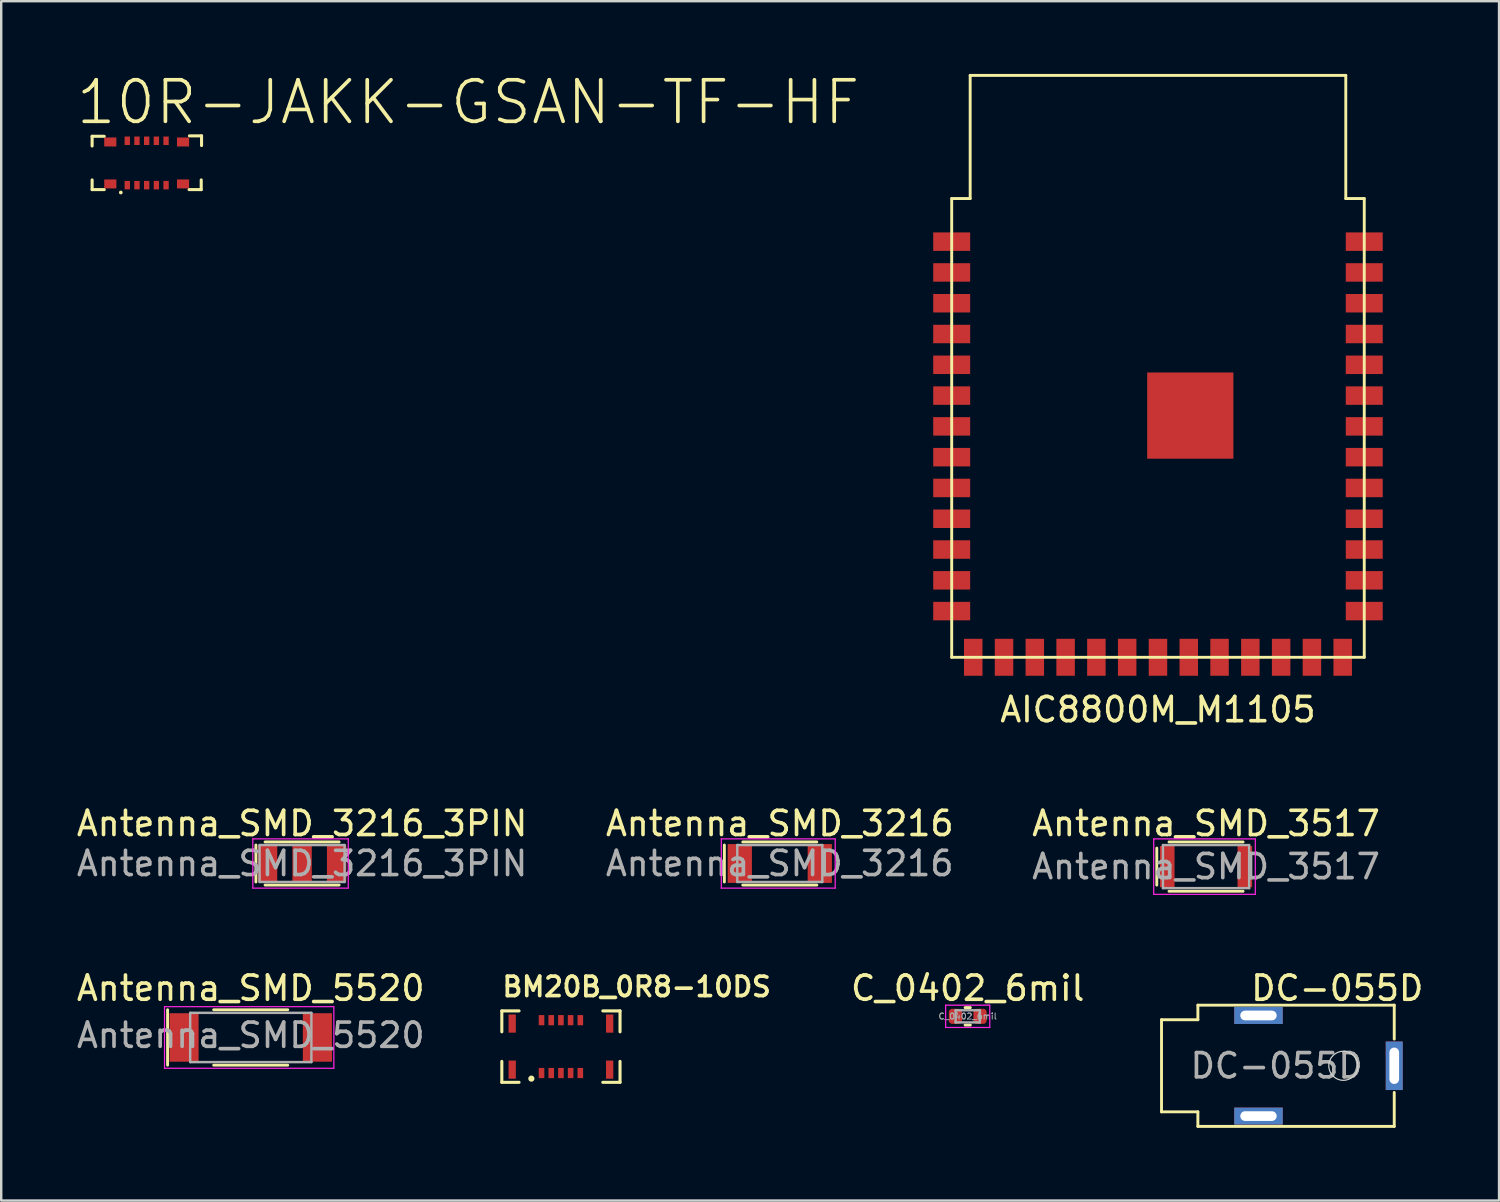
<source format=kicad_pcb>
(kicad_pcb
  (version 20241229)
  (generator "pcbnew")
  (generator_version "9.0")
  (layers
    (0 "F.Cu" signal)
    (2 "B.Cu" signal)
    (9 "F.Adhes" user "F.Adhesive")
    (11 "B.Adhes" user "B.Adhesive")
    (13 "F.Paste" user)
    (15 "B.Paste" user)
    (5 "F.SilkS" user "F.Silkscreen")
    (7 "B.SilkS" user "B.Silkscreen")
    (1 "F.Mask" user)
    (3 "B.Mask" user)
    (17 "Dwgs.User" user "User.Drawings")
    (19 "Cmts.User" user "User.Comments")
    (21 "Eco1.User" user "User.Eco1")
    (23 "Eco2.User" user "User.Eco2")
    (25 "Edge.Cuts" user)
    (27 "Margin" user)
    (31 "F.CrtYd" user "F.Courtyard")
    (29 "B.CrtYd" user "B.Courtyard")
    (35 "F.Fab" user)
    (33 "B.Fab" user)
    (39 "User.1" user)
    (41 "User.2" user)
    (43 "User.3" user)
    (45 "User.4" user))
  (footprint "DC-055D"
    (layer "F.Cu")
    (at 46.362 40.913)
    (property "Reference" "DC-055D" (at 5.75 -3.2 0) (unlocked yes) (layer "F.SilkS") (effects (font (size 1 1) (thickness 0.15))))
    (attr through_hole)
    (fp_line (start -1.5 1.9) (end -1.5 -1.9) (stroke (width 0.12) (type default)) (layer "F.SilkS"))
    (fp_line (start 0 -2.5) (end 0 -1.9) (stroke (width 0.12) (type default)) (layer "F.SilkS"))
    (fp_line (start 0 -2.5) (end 8.1 -2.5) (stroke (width 0.12) (type default)) (layer "F.SilkS"))
    (fp_line (start 0 -1.9) (end -1.5 -1.9) (stroke (width 0.12) (type default)) (layer "F.SilkS"))
    (fp_line (start 0 1.9) (end -1.5 1.9) (stroke (width 0.12) (type default)) (layer "F.SilkS"))
    (fp_line (start 0 2.5) (end 0 1.9) (stroke (width 0.12) (type default)) (layer "F.SilkS"))
    (fp_line (start 0 2.5) (end 8.1 2.5) (stroke (width 0.12) (type default)) (layer "F.SilkS"))
    (fp_line (start 8.1 -2.5) (end 8.1 -1.1) (stroke (width 0.12) (type default)) (layer "F.SilkS"))
    (fp_line (start 8.1 2.5) (end 8.1 1.1) (stroke (width 0.12) (type default)) (layer "F.SilkS"))
    (fp_circle (center 6 0) (end 6 -0.6) (stroke (width 0.05) (type solid)) (fill no) (layer "Edge.Cuts"))
    (fp_text user "${REFERENCE}" (at 3.25 0 0) (unlocked yes) (layer "F.Fab") (effects (font (size 1 1) (thickness 0.15))))
    (pad "1" thru_hole rect (at 8.1 0 90) (size 2 0.7) (drill oval 1.5 0.4) (layers "*.Cu" "*.Mask"))
    (pad "2" thru_hole rect (at 2.5 -2.075) (size 2 0.7) (drill oval 1.5 0.4) (layers "*.Cu" "*.Mask"))
    (pad "3" thru_hole rect (at 2.5 2.075) (size 2 0.7) (drill oval 1.5 0.4) (layers "*.Cu" "*.Mask")))
  (footprint "Antenna_SMD_5520"
    (layer "F.Cu")
    (at 7.292 39.745)
    (property "Reference" "Antenna_SMD_5520" (at 0 -2.032 0) (unlocked yes) (layer "F.SilkS") (effects (font (size 1 1) (thickness 0.15))))
    (attr smd)
    (fp_line (start -3.429 -1.143) (end -3.429 1.143) (stroke (width 0.12) (type default)) (layer "F.SilkS"))
    (fp_line (start -1.527 -1.143) (end 1.527 -1.143) (stroke (width 0.12) (type solid)) (layer "F.SilkS"))
    (fp_line (start -1.527 1.143) (end 1.527 1.143) (stroke (width 0.12) (type solid)) (layer "F.SilkS"))
    (fp_line (start -3.556 -1.27) (end 3.429 -1.27) (stroke (width 0.05) (type solid)) (layer "F.CrtYd"))
    (fp_line (start -3.556 1.27) (end -3.556 -1.27) (stroke (width 0.05) (type solid)) (layer "F.CrtYd"))
    (fp_line (start 3.429 -1.27) (end 3.429 1.27) (stroke (width 0.05) (type solid)) (layer "F.CrtYd"))
    (fp_line (start 3.429 1.27) (end -3.556 1.27) (stroke (width 0.05) (type solid)) (layer "F.CrtYd"))
    (fp_line (start -2.497 -1.016) (end 2.503 -1.016) (stroke (width 0.1) (type solid)) (layer "F.Fab"))
    (fp_line (start -2.497 1.016) (end -2.497 -1.016) (stroke (width 0.1) (type solid)) (layer "F.Fab"))
    (fp_line (start 2.503 -1.016) (end 2.503 1.016) (stroke (width 0.1) (type solid)) (layer "F.Fab"))
    (fp_line (start 2.503 1.016) (end -2.497 1.016) (stroke (width 0.1) (type solid)) (layer "F.Fab"))
    (fp_text user "${REFERENCE}" (at 0.003 -0.09 0) (layer "F.Fab") (effects (font (size 1 1) (thickness 0.15))))
    (pad "1" smd rect (at -2.75 0) (size 1.2 2) (layers "F.Cu" "F.Mask" "F.Paste"))
    (pad "2" smd rect (at 2.75 0) (size 1.2 2) (layers "F.Cu" "F.Mask" "F.Paste")))
  (footprint "Antenna_SMD_3517"
    (layer "F.Cu")
    (at 46.699 32.697)
    (property "Reference" "Antenna_SMD_3517" (at 0 -1.778 0) (unlocked yes) (layer "F.SilkS") (effects (font (size 1 1) (thickness 0.15))))
    (attr smd)
    (fp_line (start -2.032 -0.762) (end -2.032 0.762) (stroke (width 0.12) (type default)) (layer "F.SilkS"))
    (fp_line (start -1.527 -1.016) (end 1.527 -1.016) (stroke (width 0.12) (type solid)) (layer "F.SilkS"))
    (fp_line (start -1.527 1.016) (end 1.527 1.016) (stroke (width 0.12) (type solid)) (layer "F.SilkS"))
    (fp_line (start -2.159 -1.143) (end 2.032 -1.143) (stroke (width 0.05) (type solid)) (layer "F.CrtYd"))
    (fp_line (start -2.159 1.143) (end -2.159 -1.143) (stroke (width 0.05) (type solid)) (layer "F.CrtYd"))
    (fp_line (start 2.032 -1.143) (end 2.032 1.143) (stroke (width 0.05) (type solid)) (layer "F.CrtYd"))
    (fp_line (start 2.032 1.143) (end -2.159 1.143) (stroke (width 0.05) (type solid)) (layer "F.CrtYd"))
    (fp_line (start -1.778 -0.889) (end -1.778 0.889) (stroke (width 0.1) (type default)) (layer "F.Fab"))
    (fp_line (start -1.778 -0.889) (end 1.778 -0.889) (stroke (width 0.1) (type default)) (layer "F.Fab"))
    (fp_line (start -1.778 0.889) (end 1.778 0.889) (stroke (width 0.1) (type default)) (layer "F.Fab"))
    (fp_line (start 1.778 -0.889) (end 1.778 0.889) (stroke (width 0.1) (type default)) (layer "F.Fab"))
    (fp_text user "${REFERENCE}" (at 0 0 0) (unlocked yes) (layer "F.Fab") (effects (font (size 1 1) (thickness 0.15))))
    (pad "1" smd rect (at -1.6 0) (size 0.6 1.7) (layers "F.Cu" "F.Mask" "F.Paste"))
    (pad "2" smd rect (at 1.6 0) (size 0.6 1.7) (layers "F.Cu" "F.Mask" "F.Paste")))
  (footprint "AIC8800M_M1105"
    (layer "F.Cu")
    (at 44.716 11.998)
    (property "Reference" "AIC8800M_M1105" (at 0 14.224 0) (layer "F.SilkS") (effects (font (size 1 1) (thickness 0.15))))
    (attr through_hole)
    (fp_line (start -8.509 -6.858) (end -7.747 -6.858) (stroke (width 0.12) (type solid)) (layer "F.SilkS"))
    (fp_line (start -8.509 12.065) (end -8.509 -6.858) (stroke (width 0.12) (type solid)) (layer "F.SilkS"))
    (fp_line (start -8.509 12.065) (end 8.509 12.065) (stroke (width 0.12) (type solid)) (layer "F.SilkS"))
    (fp_line (start -7.747 -11.938) (end 7.747 -11.938) (stroke (width 0.12) (type solid)) (layer "F.SilkS"))
    (fp_line (start -7.747 -6.858) (end -7.747 -11.938) (stroke (width 0.12) (type solid)) (layer "F.SilkS"))
    (fp_line (start 7.747 -11.938) (end 7.747 -6.858) (stroke (width 0.12) (type solid)) (layer "F.SilkS"))
    (fp_line (start 7.747 -6.858) (end 8.509 -6.858) (stroke (width 0.12) (type solid)) (layer "F.SilkS"))
    (fp_line (start 8.509 -6.858) (end 8.509 12.065) (stroke (width 0.12) (type solid)) (layer "F.SilkS"))
    (pad "1" smd rect (at -8.509 -5.08 180) (size 1.524 0.762) (layers "F.Cu" "F.Mask" "F.Paste"))
    (pad "2" smd rect (at -8.509 -3.81 180) (size 1.524 0.762) (layers "F.Cu" "F.Mask" "F.Paste"))
    (pad "3" smd rect (at -8.509 -2.54 180) (size 1.524 0.762) (layers "F.Cu" "F.Mask" "F.Paste"))
    (pad "4" smd rect (at -8.509 -1.27 180) (size 1.524 0.762) (layers "F.Cu" "F.Mask" "F.Paste"))
    (pad "5" smd rect (at -8.509 0 180) (size 1.524 0.762) (layers "F.Cu" "F.Mask" "F.Paste"))
    (pad "6" smd rect (at -8.509 1.27 180) (size 1.524 0.762) (layers "F.Cu" "F.Mask" "F.Paste"))
    (pad "7" smd rect (at -8.509 2.54 180) (size 1.524 0.762) (layers "F.Cu" "F.Mask" "F.Paste"))
    (pad "8" smd rect (at -8.509 3.81 180) (size 1.524 0.762) (layers "F.Cu" "F.Mask" "F.Paste"))
    (pad "9" smd rect (at -8.509 5.08 180) (size 1.524 0.762) (layers "F.Cu" "F.Mask" "F.Paste"))
    (pad "10" smd rect (at -8.509 6.35 180) (size 1.524 0.762) (layers "F.Cu" "F.Mask" "F.Paste"))
    (pad "11" smd rect (at -8.509 7.62 180) (size 1.524 0.762) (layers "F.Cu" "F.Mask" "F.Paste"))
    (pad "12" smd rect (at -8.509 8.89 180) (size 1.524 0.762) (layers "F.Cu" "F.Mask" "F.Paste"))
    (pad "13" smd rect (at -8.509 10.16 180) (size 1.524 0.762) (layers "F.Cu" "F.Mask" "F.Paste"))
    (pad "14" smd rect (at -7.62 12.065) (size 0.762 1.524) (layers "F.Cu" "F.Mask" "F.Paste"))
    (pad "15" smd rect (at -6.35 12.065) (size 0.762 1.524) (layers "F.Cu" "F.Mask" "F.Paste"))
    (pad "16" smd rect (at -5.08 12.065 90) (size 1.524 0.762) (layers "F.Cu" "F.Mask" "F.Paste"))
    (pad "17" smd rect (at -3.81 12.065 90) (size 1.524 0.762) (layers "F.Cu" "F.Mask" "F.Paste"))
    (pad "18" smd rect (at -2.54 12.065 90) (size 1.524 0.762) (layers "F.Cu" "F.Mask" "F.Paste"))
    (pad "19" smd rect (at -1.27 12.065 90) (size 1.524 0.762) (layers "F.Cu" "F.Mask" "F.Paste"))
    (pad "20" smd rect (at 0 12.065 90) (size 1.524 0.762) (layers "F.Cu" "F.Mask" "F.Paste"))
    (pad "21" smd rect (at 1.27 12.065 90) (size 1.524 0.762) (layers "F.Cu" "F.Mask" "F.Paste"))
    (pad "22" smd rect (at 2.54 12.065 90) (size 1.524 0.762) (layers "F.Cu" "F.Mask" "F.Paste"))
    (pad "23" smd rect (at 3.81 12.065 90) (size 1.524 0.762) (layers "F.Cu" "F.Mask" "F.Paste"))
    (pad "24" smd rect (at 5.08 12.065 90) (size 1.524 0.762) (layers "F.Cu" "F.Mask" "F.Paste"))
    (pad "25" smd rect (at 6.35 12.065 90) (size 1.524 0.762) (layers "F.Cu" "F.Mask" "F.Paste"))
    (pad "26" smd rect (at 7.62 12.065) (size 0.762 1.524) (layers "F.Cu" "F.Mask" "F.Paste"))
    (pad "27" smd rect (at 8.509 10.16) (size 1.524 0.762) (layers "F.Cu" "F.Mask" "F.Paste"))
    (pad "28" smd rect (at 8.509 8.89 180) (size 1.524 0.762) (layers "F.Cu" "F.Mask" "F.Paste"))
    (pad "29" smd rect (at 8.509 7.62 180) (size 1.524 0.762) (layers "F.Cu" "F.Mask" "F.Paste"))
    (pad "30" smd rect (at 8.509 6.35 180) (size 1.524 0.762) (layers "F.Cu" "F.Mask" "F.Paste"))
    (pad "31" smd rect (at 8.509 5.08 180) (size 1.524 0.762) (layers "F.Cu" "F.Mask" "F.Paste"))
    (pad "32" smd rect (at 8.509 3.81 180) (size 1.524 0.762) (layers "F.Cu" "F.Mask" "F.Paste"))
    (pad "33" smd rect (at 8.509 2.54 180) (size 1.524 0.762) (layers "F.Cu" "F.Mask" "F.Paste"))
    (pad "34" smd rect (at 8.509 1.27 180) (size 1.524 0.762) (layers "F.Cu" "F.Mask" "F.Paste"))
    (pad "35" smd rect (at 8.509 0 180) (size 1.524 0.762) (layers "F.Cu" "F.Mask" "F.Paste"))
    (pad "36" smd rect (at 8.509 -1.27 180) (size 1.524 0.762) (layers "F.Cu" "F.Mask" "F.Paste"))
    (pad "37" smd rect (at 8.509 -2.54 180) (size 1.524 0.762) (layers "F.Cu" "F.Mask" "F.Paste"))
    (pad "38" smd rect (at 8.509 -3.81 180) (size 1.524 0.762) (layers "F.Cu" "F.Mask" "F.Paste"))
    (pad "39" smd rect (at 8.509 -5.08 180) (size 1.524 0.762) (layers "F.Cu" "F.Mask" "F.Paste"))
    (pad "40" smd rect (at 1.333 2.095 180) (size 3.556 3.556) (layers "F.Cu" "F.Mask" "F.Paste")))
  (footprint "C_0402_6mil"
    (layer "F.Cu")
    (at 36.868 38.873)
    (property "Reference" "C_0402_6mil" (at 0 -1.16 0) (layer "F.SilkS") (effects (font (size 1 1) (thickness 0.15))))
    (attr smd)
    (fp_line (start -0.108 -0.36) (end 0.108 -0.36) (stroke (width 0.12) (type solid)) (layer "F.SilkS"))
    (fp_line (start -0.108 0.36) (end 0.108 0.36) (stroke (width 0.12) (type solid)) (layer "F.SilkS"))
    (fp_line (start -0.91 -0.46) (end 0.91 -0.46) (stroke (width 0.05) (type solid)) (layer "F.CrtYd"))
    (fp_line (start -0.91 0.46) (end -0.91 -0.46) (stroke (width 0.05) (type solid)) (layer "F.CrtYd"))
    (fp_line (start 0.91 -0.46) (end 0.91 0.46) (stroke (width 0.05) (type solid)) (layer "F.CrtYd"))
    (fp_line (start 0.91 0.46) (end -0.91 0.46) (stroke (width 0.05) (type solid)) (layer "F.CrtYd"))
    (fp_line (start -0.5 -0.25) (end 0.5 -0.25) (stroke (width 0.1) (type solid)) (layer "F.Fab"))
    (fp_line (start -0.5 0.25) (end -0.5 -0.25) (stroke (width 0.1) (type solid)) (layer "F.Fab"))
    (fp_line (start 0.5 -0.25) (end 0.5 0.25) (stroke (width 0.1) (type solid)) (layer "F.Fab"))
    (fp_line (start 0.5 0.25) (end -0.5 0.25) (stroke (width 0.1) (type solid)) (layer "F.Fab"))
    (fp_text user "${REFERENCE}" (at 0 0 0) (layer "F.Fab") (effects (font (size 0.25 0.25) (thickness 0.04))))
    (pad "1" smd roundrect (at -0.508 0) (size 0.546 0.62) (layers "F.Cu" "F.Mask" "F.Paste") (roundrect_rratio 0.25))
    (pad "2" smd roundrect (at 0.508 0) (size 0.546 0.62) (layers "F.Cu" "F.Mask" "F.Paste") (roundrect_rratio 0.25)))
  (footprint "Antenna_SMD_3216_3PIN"
    (layer "F.Cu")
    (at 9.411 32.569)
    (property "Reference" "Antenna_SMD_3216_3PIN" (at 0 -1.651 0) (unlocked yes) (layer "F.SilkS") (effects (font (size 1 1) (thickness 0.15))))
    (attr smd)
    (fp_line (start -1.905 -0.762) (end -1.905 0.762) (stroke (width 0.12) (type default)) (layer "F.SilkS"))
    (fp_line (start -1.527 -0.889) (end 1.527 -0.889) (stroke (width 0.12) (type solid)) (layer "F.SilkS"))
    (fp_line (start -1.527 0.889) (end 1.527 0.889) (stroke (width 0.12) (type solid)) (layer "F.SilkS"))
    (fp_line (start -2.032 1.016) (end -2.032 -1.016) (stroke (width 0.05) (type solid)) (layer "F.CrtYd"))
    (fp_line (start -2.032 1.016) (end 1.905 1.016) (stroke (width 0.05) (type solid)) (layer "F.CrtYd"))
    (fp_line (start 1.905 -1.016) (end -2.032 -1.016) (stroke (width 0.05) (type solid)) (layer "F.CrtYd"))
    (fp_line (start 1.905 1.016) (end 1.905 -1.016) (stroke (width 0.05) (type solid)) (layer "F.CrtYd"))
    (fp_line (start -1.753 -0.762) (end -1.753 0.762) (stroke (width 0.1) (type default)) (layer "F.Fab"))
    (fp_line (start -1.753 -0.762) (end 1.753 -0.762) (stroke (width 0.1) (type default)) (layer "F.Fab"))
    (fp_line (start -1.753 0.762) (end 1.753 0.762) (stroke (width 0.1) (type default)) (layer "F.Fab"))
    (fp_line (start 1.753 -0.762) (end 1.753 0.762) (stroke (width 0.1) (type default)) (layer "F.Fab"))
    (fp_text user "${REFERENCE}" (at 0 0 0) (unlocked yes) (layer "F.Fab") (effects (font (size 1 1) (thickness 0.15))))
    (pad "1" smd rect (at -1.425 0) (size 0.8 1.5) (layers "F.Cu" "F.Mask" "F.Paste"))
    (pad "2" smd rect (at 0 0) (size 0.8 1.5) (layers "F.Cu" "F.Mask" "F.Paste"))
    (pad "3" smd rect (at 1.425 0) (size 0.8 1.5) (layers "F.Cu" "F.Mask" "F.Paste")))
  (footprint "10R-JAKK-GSAN-TF-HF"
    (layer "F.Cu")
    (at 3 3.672)
    (property "Reference" "10R-JAKK-GSAN-TF-HF" (at -3 -1.5 0) (unlocked yes) (layer "F.SilkS") (effects (font (size 1.714 1.714) (thickness 0.152)) (justify left bottom)))
    (fp_line (start -2.25 -1.1) (end -1.75 -1.1) (stroke (width 0.127) (type solid)) (layer "F.SilkS"))
    (fp_line (start -2.25 -0.7) (end -2.25 -1.1) (stroke (width 0.127) (type solid)) (layer "F.SilkS"))
    (fp_line (start -2.25 1.1) (end -2.25 0.7) (stroke (width 0.127) (type solid)) (layer "F.SilkS"))
    (fp_line (start -2.25 1.1) (end -1.75 1.1) (stroke (width 0.127) (type solid)) (layer "F.SilkS"))
    (fp_line (start 1.75 1.1) (end 2.25 1.1) (stroke (width 0.127) (type solid)) (layer "F.SilkS"))
    (fp_line (start 1.764 -1.118) (end 2.264 -1.118) (stroke (width 0.127) (type solid)) (layer "F.SilkS"))
    (fp_line (start 2.25 1.1) (end 2.25 0.7) (stroke (width 0.127) (type solid)) (layer "F.SilkS"))
    (fp_line (start 2.264 -0.718) (end 2.264 -1.118) (stroke (width 0.127) (type solid)) (layer "F.SilkS"))
    (fp_poly (pts (arc (start -0.9906 1.2192) (mid -1.06683 1.14297) (end -1.14306 1.2192)) (arc (start -1.14306 1.2192) (mid -1.06683 1.29543) (end -0.9906 1.2192))) (stroke (width 0) (type default)) (fill yes) (layer "F.SilkS"))
    (fp_line (start -2.2 -1.05) (end 2.2 -1.05) (stroke (width 0.013) (type solid)) (layer "Eco1.User"))
    (fp_line (start -2.2 1.05) (end -2.2 -1.05) (stroke (width 0.013) (type solid)) (layer "Eco1.User"))
    (fp_line (start -2.2 1.05) (end 2.2 1.05) (stroke (width 0.013) (type solid)) (layer "Eco1.User"))
    (fp_line (start 2.2 0) (end 2.2 -1.05) (stroke (width 0.013) (type solid)) (layer "Eco1.User"))
    (fp_line (start 2.2 1.05) (end 2.2 0) (stroke (width 0.013) (type solid)) (layer "Eco1.User"))
    (pad "1" smd rect (at -0.8 0.915) (size 0.22 0.35) (layers "F.Cu" "F.Mask" "F.Paste"))
    (pad "2" smd rect (at -0.4 0.915) (size 0.22 0.35) (layers "F.Cu" "F.Mask" "F.Paste"))
    (pad "3" smd rect (at 0 0.915) (size 0.22 0.35) (layers "F.Cu" "F.Mask" "F.Paste"))
    (pad "4" smd rect (at 0.4 0.915) (size 0.22 0.35) (layers "F.Cu" "F.Mask" "F.Paste"))
    (pad "5" smd rect (at 0.8 0.915) (size 0.22 0.35) (layers "F.Cu" "F.Mask" "F.Paste"))
    (pad "6" smd rect (at 0.8 -0.915) (size 0.22 0.35) (layers "F.Cu" "F.Mask" "F.Paste"))
    (pad "7" smd rect (at 0.4 -0.915) (size 0.22 0.35) (layers "F.Cu" "F.Mask" "F.Paste"))
    (pad "8" smd rect (at 0 -0.915) (size 0.22 0.35) (layers "F.Cu" "F.Mask" "F.Paste"))
    (pad "9" smd rect (at -0.4 -0.915) (size 0.22 0.35) (layers "F.Cu" "F.Mask" "F.Paste"))
    (pad "10" smd rect (at -0.8 -0.915) (size 0.22 0.35) (layers "F.Cu" "F.Mask" "F.Paste"))
    (pad "11" smd rect (at -1.5 0.865) (size 0.5 0.37) (layers "F.Cu" "F.Mask" "F.Paste"))
    (pad "12" smd rect (at 1.5 0.865) (size 0.5 0.37) (layers "F.Cu" "F.Mask" "F.Paste"))
    (pad "13" smd rect (at 1.5 -0.865) (size 0.5 0.37) (layers "F.Cu" "F.Mask" "F.Paste"))
    (pad "14" smd rect (at -1.5 -0.865) (size 0.5 0.37) (layers "F.Cu" "F.Mask" "F.Paste")))
  (footprint "BM20B_0R8-10DS"
    (layer "F.Cu")
    (at 20.088 40.122)
    (property "Reference" "BM20B_0R8-10DS" (at -2.5 -2 0) (unlocked yes) (layer "F.SilkS") (effects (font (size 0.8 0.8) (thickness 0.152)) (justify left bottom)))
    (attr board_only)
    (fp_line (start -2.438 -1.473) (end -1.727 -1.473) (stroke (width 0.127) (type solid)) (layer "F.SilkS"))
    (fp_line (start -2.438 -0.61) (end -2.438 -1.473) (stroke (width 0.127) (type solid)) (layer "F.SilkS"))
    (fp_line (start -2.438 1.473) (end -2.438 0.61) (stroke (width 0.127) (type solid)) (layer "F.SilkS"))
    (fp_line (start -2.438 1.473) (end -1.727 1.473) (stroke (width 0.127) (type solid)) (layer "F.SilkS"))
    (fp_line (start 1.727 -1.473) (end 2.438 -1.473) (stroke (width 0.127) (type solid)) (layer "F.SilkS"))
    (fp_line (start 1.727 1.473) (end 2.438 1.473) (stroke (width 0.127) (type solid)) (layer "F.SilkS"))
    (fp_line (start 2.438 -0.61) (end 2.438 -1.473) (stroke (width 0.127) (type solid)) (layer "F.SilkS"))
    (fp_line (start 2.438 1.473) (end 2.438 0.61) (stroke (width 0.127) (type solid)) (layer "F.SilkS"))
    (fp_poly (pts (arc (start -1.092201 1.320802) (mid -1.2192 1.19437) (end -1.346199 1.320802)) (arc (start -1.346199 1.320798) (mid -1.2192 1.44723) (end -1.092201 1.320798)) (xy -1.092 1.321)) (stroke (width 0) (type default)) (fill yes) (layer "F.SilkS"))
    (pad "1" smd rect (at -0.8 1.09) (size 0.23 0.42) (layers "F.Cu" "F.Mask" "F.Paste"))
    (pad "2" smd rect (at -0.4 1.09) (size 0.23 0.42) (layers "F.Cu" "F.Mask" "F.Paste"))
    (pad "3" smd rect (at 0 1.09) (size 0.23 0.42) (layers "F.Cu" "F.Mask" "F.Paste"))
    (pad "4" smd rect (at 0.4 1.09) (size 0.23 0.42) (layers "F.Cu" "F.Mask" "F.Paste"))
    (pad "5" smd rect (at 0.8 1.09) (size 0.23 0.42) (layers "F.Cu" "F.Mask" "F.Paste"))
    (pad "6" smd rect (at 0.8 -1.09) (size 0.23 0.42) (layers "F.Cu" "F.Mask" "F.Paste"))
    (pad "7" smd rect (at 0.4 -1.09) (size 0.23 0.42) (layers "F.Cu" "F.Mask" "F.Paste"))
    (pad "8" smd rect (at 0 -1.09) (size 0.23 0.42) (layers "F.Cu" "F.Mask" "F.Paste"))
    (pad "9" smd rect (at -0.4 -1.09) (size 0.23 0.42) (layers "F.Cu" "F.Mask" "F.Paste"))
    (pad "10" smd rect (at -0.8 -1.09) (size 0.23 0.42) (layers "F.Cu" "F.Mask" "F.Paste"))
    (pad "11" smd rect (at -2.01 0.95) (size 0.3 0.75) (layers "F.Cu" "F.Mask" "F.Paste"))
    (pad "12" smd rect (at 2.01 0.95) (size 0.3 0.75) (layers "F.Cu" "F.Mask" "F.Paste"))
    (pad "13" smd rect (at 2.01 -0.95) (size 0.3 0.75) (layers "F.Cu" "F.Mask" "F.Paste"))
    (pad "14" smd rect (at -2.01 -0.95) (size 0.3 0.75) (layers "F.Cu" "F.Mask" "F.Paste")))
  (footprint "Antenna_SMD_3216"
    (layer "F.Cu")
    (at 29.116 32.569)
    (property "Reference" "Antenna_SMD_3216" (at 0 -1.651 0) (unlocked yes) (layer "F.SilkS") (effects (font (size 1 1) (thickness 0.15))))
    (attr smd)
    (fp_line (start -2.286 -0.762) (end -2.286 0.762) (stroke (width 0.12) (type default)) (layer "F.SilkS"))
    (fp_line (start -1.527 -0.889) (end 1.527 -0.889) (stroke (width 0.12) (type solid)) (layer "F.SilkS"))
    (fp_line (start -1.527 0.889) (end 1.527 0.889) (stroke (width 0.12) (type solid)) (layer "F.SilkS"))
    (fp_line (start -2.413 1.016) (end -2.413 -1.016) (stroke (width 0.05) (type solid)) (layer "F.CrtYd"))
    (fp_line (start -2.413 1.016) (end 2.286 1.016) (stroke (width 0.05) (type solid)) (layer "F.CrtYd"))
    (fp_line (start 2.286 -1.016) (end -2.413 -1.016) (stroke (width 0.05) (type solid)) (layer "F.CrtYd"))
    (fp_line (start 2.286 1.016) (end 2.286 -1.016) (stroke (width 0.05) (type solid)) (layer "F.CrtYd"))
    (fp_line (start -1.753 -0.762) (end -1.753 0.762) (stroke (width 0.1) (type default)) (layer "F.Fab"))
    (fp_line (start -1.753 -0.762) (end 1.753 -0.762) (stroke (width 0.1) (type default)) (layer "F.Fab"))
    (fp_line (start -1.753 0.762) (end 1.753 0.762) (stroke (width 0.1) (type default)) (layer "F.Fab"))
    (fp_line (start 1.753 -0.762) (end 1.753 0.762) (stroke (width 0.1) (type default)) (layer "F.Fab"))
    (fp_text user "${REFERENCE}" (at -0.003 0 0) (unlocked yes) (layer "F.Fab") (effects (font (size 1 1) (thickness 0.15))))
    (pad "1" smd rect (at -1.65 0) (size 1 1.6) (layers "F.Cu" "F.Mask" "F.Paste"))
    (pad "2" smd rect (at 1.65 0) (size 1 1.6) (layers "F.Cu" "F.Mask" "F.Paste")))
  (gr_rect
    (start -3 -3)
    (end 58.785 46.473)
    (stroke (width 0.1) (type default))
    (fill no)
    (layer "Edge.Cuts")))
</source>
